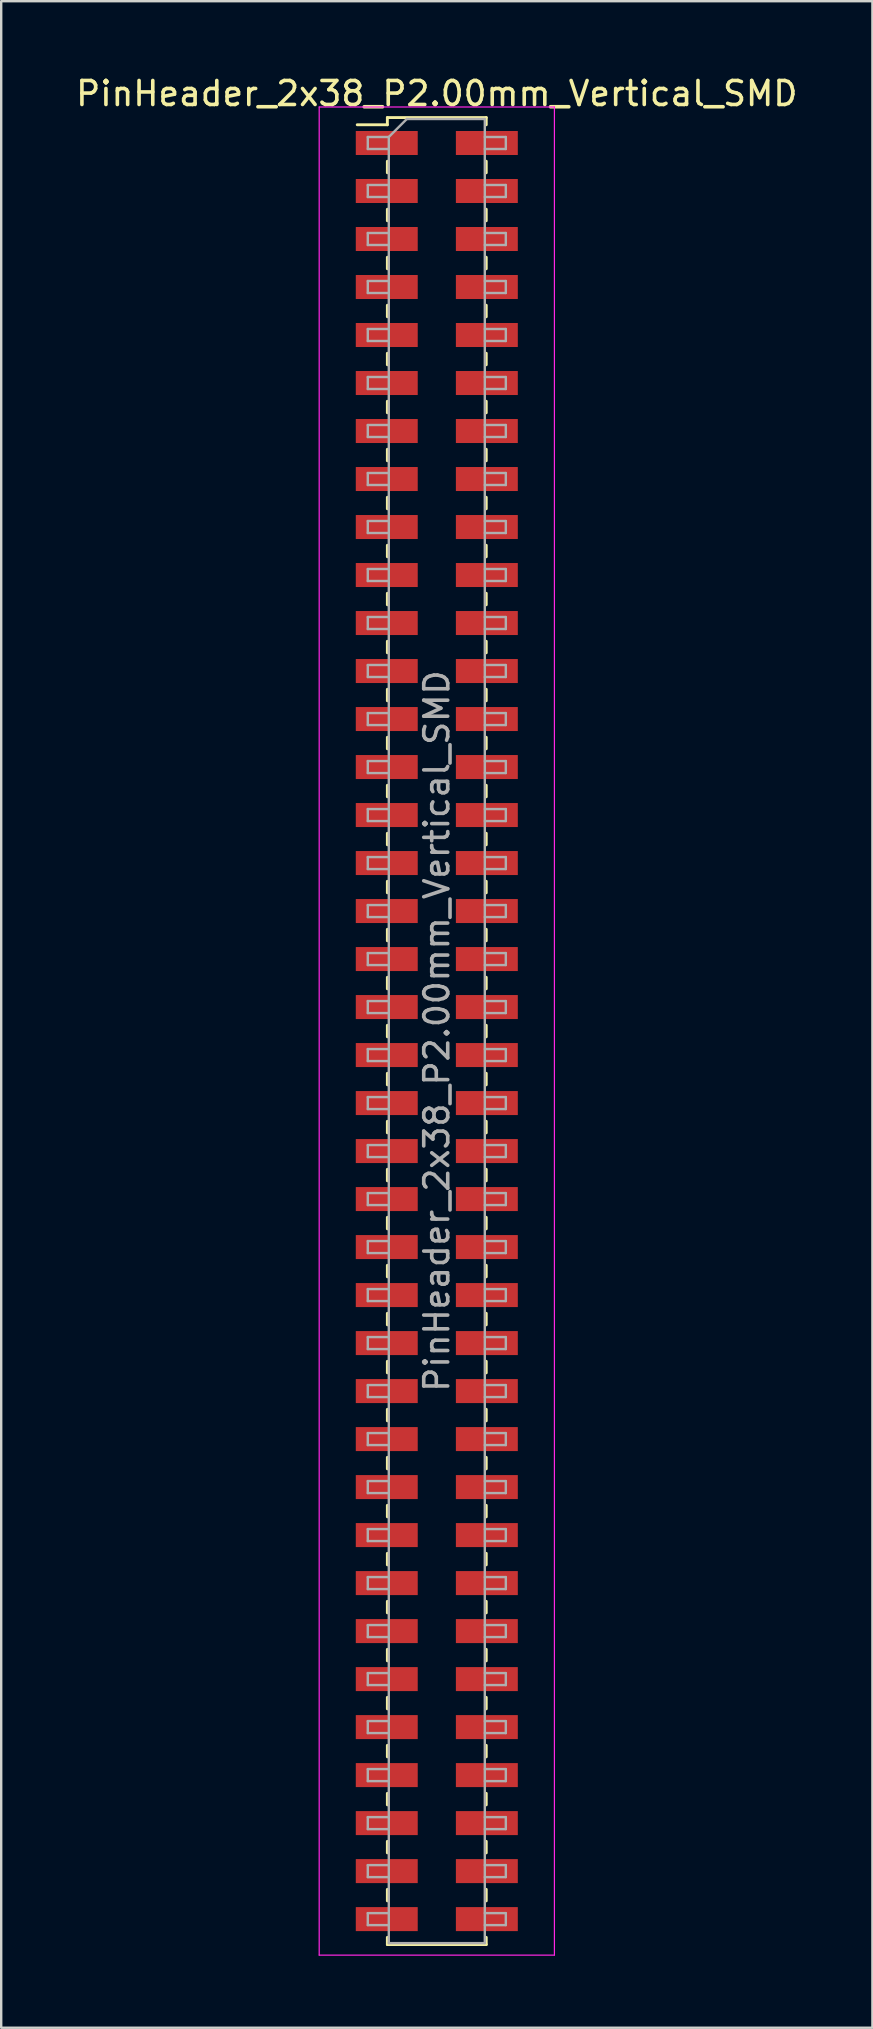
<source format=kicad_pcb>
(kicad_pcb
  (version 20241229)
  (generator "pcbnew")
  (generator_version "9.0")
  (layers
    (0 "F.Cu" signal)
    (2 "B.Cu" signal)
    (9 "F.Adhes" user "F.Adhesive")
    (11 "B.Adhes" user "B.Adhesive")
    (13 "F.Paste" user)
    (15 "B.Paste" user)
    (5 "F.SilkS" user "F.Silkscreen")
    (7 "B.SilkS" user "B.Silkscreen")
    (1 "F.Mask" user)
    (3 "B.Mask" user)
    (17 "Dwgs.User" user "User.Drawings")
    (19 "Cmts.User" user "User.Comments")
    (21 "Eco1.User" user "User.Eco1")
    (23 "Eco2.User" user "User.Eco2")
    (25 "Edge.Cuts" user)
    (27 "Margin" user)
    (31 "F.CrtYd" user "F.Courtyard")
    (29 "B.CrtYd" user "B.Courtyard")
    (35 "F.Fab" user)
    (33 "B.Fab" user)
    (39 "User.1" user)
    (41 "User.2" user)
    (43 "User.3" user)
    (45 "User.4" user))
  (footprint "PinHeader_2x38_P2.00mm_Vertical_SMD"
    (layer "F.Cu")
    (at 15.149 39.908)
    (property "Reference" "PinHeader_2x38_P2.00mm_Vertical_SMD" (at 0 -39.06 0) (layer "F.SilkS") (effects (font (size 1 1) (thickness 0.15))))
    (attr smd)
    (fp_line (start -3.315 -37.76) (end -2.06 -37.76) (stroke (width 0.12) (type solid)) (layer "F.SilkS"))
    (fp_line (start -2.06 -38.06) (end -2.06 -37.76) (stroke (width 0.12) (type solid)) (layer "F.SilkS"))
    (fp_line (start -2.06 -38.06) (end 2.06 -38.06) (stroke (width 0.12) (type solid)) (layer "F.SilkS"))
    (fp_line (start -2.06 -36.24) (end -2.06 -35.76) (stroke (width 0.12) (type solid)) (layer "F.SilkS"))
    (fp_line (start -2.06 -34.24) (end -2.06 -33.76) (stroke (width 0.12) (type solid)) (layer "F.SilkS"))
    (fp_line (start -2.06 -32.24) (end -2.06 -31.76) (stroke (width 0.12) (type solid)) (layer "F.SilkS"))
    (fp_line (start -2.06 -30.24) (end -2.06 -29.76) (stroke (width 0.12) (type solid)) (layer "F.SilkS"))
    (fp_line (start -2.06 -28.24) (end -2.06 -27.76) (stroke (width 0.12) (type solid)) (layer "F.SilkS"))
    (fp_line (start -2.06 -26.24) (end -2.06 -25.76) (stroke (width 0.12) (type solid)) (layer "F.SilkS"))
    (fp_line (start -2.06 -24.24) (end -2.06 -23.76) (stroke (width 0.12) (type solid)) (layer "F.SilkS"))
    (fp_line (start -2.06 -22.24) (end -2.06 -21.76) (stroke (width 0.12) (type solid)) (layer "F.SilkS"))
    (fp_line (start -2.06 -20.24) (end -2.06 -19.76) (stroke (width 0.12) (type solid)) (layer "F.SilkS"))
    (fp_line (start -2.06 -18.24) (end -2.06 -17.76) (stroke (width 0.12) (type solid)) (layer "F.SilkS"))
    (fp_line (start -2.06 -16.24) (end -2.06 -15.76) (stroke (width 0.12) (type solid)) (layer "F.SilkS"))
    (fp_line (start -2.06 -14.24) (end -2.06 -13.76) (stroke (width 0.12) (type solid)) (layer "F.SilkS"))
    (fp_line (start -2.06 -12.24) (end -2.06 -11.76) (stroke (width 0.12) (type solid)) (layer "F.SilkS"))
    (fp_line (start -2.06 -10.24) (end -2.06 -9.76) (stroke (width 0.12) (type solid)) (layer "F.SilkS"))
    (fp_line (start -2.06 -8.24) (end -2.06 -7.76) (stroke (width 0.12) (type solid)) (layer "F.SilkS"))
    (fp_line (start -2.06 -6.24) (end -2.06 -5.76) (stroke (width 0.12) (type solid)) (layer "F.SilkS"))
    (fp_line (start -2.06 -4.24) (end -2.06 -3.76) (stroke (width 0.12) (type solid)) (layer "F.SilkS"))
    (fp_line (start -2.06 -2.24) (end -2.06 -1.76) (stroke (width 0.12) (type solid)) (layer "F.SilkS"))
    (fp_line (start -2.06 -0.24) (end -2.06 0.24) (stroke (width 0.12) (type solid)) (layer "F.SilkS"))
    (fp_line (start -2.06 1.76) (end -2.06 2.24) (stroke (width 0.12) (type solid)) (layer "F.SilkS"))
    (fp_line (start -2.06 3.76) (end -2.06 4.24) (stroke (width 0.12) (type solid)) (layer "F.SilkS"))
    (fp_line (start -2.06 5.76) (end -2.06 6.24) (stroke (width 0.12) (type solid)) (layer "F.SilkS"))
    (fp_line (start -2.06 7.76) (end -2.06 8.24) (stroke (width 0.12) (type solid)) (layer "F.SilkS"))
    (fp_line (start -2.06 9.76) (end -2.06 10.24) (stroke (width 0.12) (type solid)) (layer "F.SilkS"))
    (fp_line (start -2.06 11.76) (end -2.06 12.24) (stroke (width 0.12) (type solid)) (layer "F.SilkS"))
    (fp_line (start -2.06 13.76) (end -2.06 14.24) (stroke (width 0.12) (type solid)) (layer "F.SilkS"))
    (fp_line (start -2.06 15.76) (end -2.06 16.24) (stroke (width 0.12) (type solid)) (layer "F.SilkS"))
    (fp_line (start -2.06 17.76) (end -2.06 18.24) (stroke (width 0.12) (type solid)) (layer "F.SilkS"))
    (fp_line (start -2.06 19.76) (end -2.06 20.24) (stroke (width 0.12) (type solid)) (layer "F.SilkS"))
    (fp_line (start -2.06 21.76) (end -2.06 22.24) (stroke (width 0.12) (type solid)) (layer "F.SilkS"))
    (fp_line (start -2.06 23.76) (end -2.06 24.24) (stroke (width 0.12) (type solid)) (layer "F.SilkS"))
    (fp_line (start -2.06 25.76) (end -2.06 26.24) (stroke (width 0.12) (type solid)) (layer "F.SilkS"))
    (fp_line (start -2.06 27.76) (end -2.06 28.24) (stroke (width 0.12) (type solid)) (layer "F.SilkS"))
    (fp_line (start -2.06 29.76) (end -2.06 30.24) (stroke (width 0.12) (type solid)) (layer "F.SilkS"))
    (fp_line (start -2.06 31.76) (end -2.06 32.24) (stroke (width 0.12) (type solid)) (layer "F.SilkS"))
    (fp_line (start -2.06 33.76) (end -2.06 34.24) (stroke (width 0.12) (type solid)) (layer "F.SilkS"))
    (fp_line (start -2.06 35.76) (end -2.06 36.24) (stroke (width 0.12) (type solid)) (layer "F.SilkS"))
    (fp_line (start -2.06 37.76) (end -2.06 38.06) (stroke (width 0.12) (type solid)) (layer "F.SilkS"))
    (fp_line (start -2.06 38.06) (end 2.06 38.06) (stroke (width 0.12) (type solid)) (layer "F.SilkS"))
    (fp_line (start 2.06 -38.06) (end 2.06 -37.76) (stroke (width 0.12) (type solid)) (layer "F.SilkS"))
    (fp_line (start 2.06 -36.24) (end 2.06 -35.76) (stroke (width 0.12) (type solid)) (layer "F.SilkS"))
    (fp_line (start 2.06 -34.24) (end 2.06 -33.76) (stroke (width 0.12) (type solid)) (layer "F.SilkS"))
    (fp_line (start 2.06 -32.24) (end 2.06 -31.76) (stroke (width 0.12) (type solid)) (layer "F.SilkS"))
    (fp_line (start 2.06 -30.24) (end 2.06 -29.76) (stroke (width 0.12) (type solid)) (layer "F.SilkS"))
    (fp_line (start 2.06 -28.24) (end 2.06 -27.76) (stroke (width 0.12) (type solid)) (layer "F.SilkS"))
    (fp_line (start 2.06 -26.24) (end 2.06 -25.76) (stroke (width 0.12) (type solid)) (layer "F.SilkS"))
    (fp_line (start 2.06 -24.24) (end 2.06 -23.76) (stroke (width 0.12) (type solid)) (layer "F.SilkS"))
    (fp_line (start 2.06 -22.24) (end 2.06 -21.76) (stroke (width 0.12) (type solid)) (layer "F.SilkS"))
    (fp_line (start 2.06 -20.24) (end 2.06 -19.76) (stroke (width 0.12) (type solid)) (layer "F.SilkS"))
    (fp_line (start 2.06 -18.24) (end 2.06 -17.76) (stroke (width 0.12) (type solid)) (layer "F.SilkS"))
    (fp_line (start 2.06 -16.24) (end 2.06 -15.76) (stroke (width 0.12) (type solid)) (layer "F.SilkS"))
    (fp_line (start 2.06 -14.24) (end 2.06 -13.76) (stroke (width 0.12) (type solid)) (layer "F.SilkS"))
    (fp_line (start 2.06 -12.24) (end 2.06 -11.76) (stroke (width 0.12) (type solid)) (layer "F.SilkS"))
    (fp_line (start 2.06 -10.24) (end 2.06 -9.76) (stroke (width 0.12) (type solid)) (layer "F.SilkS"))
    (fp_line (start 2.06 -8.24) (end 2.06 -7.76) (stroke (width 0.12) (type solid)) (layer "F.SilkS"))
    (fp_line (start 2.06 -6.24) (end 2.06 -5.76) (stroke (width 0.12) (type solid)) (layer "F.SilkS"))
    (fp_line (start 2.06 -4.24) (end 2.06 -3.76) (stroke (width 0.12) (type solid)) (layer "F.SilkS"))
    (fp_line (start 2.06 -2.24) (end 2.06 -1.76) (stroke (width 0.12) (type solid)) (layer "F.SilkS"))
    (fp_line (start 2.06 -0.24) (end 2.06 0.24) (stroke (width 0.12) (type solid)) (layer "F.SilkS"))
    (fp_line (start 2.06 1.76) (end 2.06 2.24) (stroke (width 0.12) (type solid)) (layer "F.SilkS"))
    (fp_line (start 2.06 3.76) (end 2.06 4.24) (stroke (width 0.12) (type solid)) (layer "F.SilkS"))
    (fp_line (start 2.06 5.76) (end 2.06 6.24) (stroke (width 0.12) (type solid)) (layer "F.SilkS"))
    (fp_line (start 2.06 7.76) (end 2.06 8.24) (stroke (width 0.12) (type solid)) (layer "F.SilkS"))
    (fp_line (start 2.06 9.76) (end 2.06 10.24) (stroke (width 0.12) (type solid)) (layer "F.SilkS"))
    (fp_line (start 2.06 11.76) (end 2.06 12.24) (stroke (width 0.12) (type solid)) (layer "F.SilkS"))
    (fp_line (start 2.06 13.76) (end 2.06 14.24) (stroke (width 0.12) (type solid)) (layer "F.SilkS"))
    (fp_line (start 2.06 15.76) (end 2.06 16.24) (stroke (width 0.12) (type solid)) (layer "F.SilkS"))
    (fp_line (start 2.06 17.76) (end 2.06 18.24) (stroke (width 0.12) (type solid)) (layer "F.SilkS"))
    (fp_line (start 2.06 19.76) (end 2.06 20.24) (stroke (width 0.12) (type solid)) (layer "F.SilkS"))
    (fp_line (start 2.06 21.76) (end 2.06 22.24) (stroke (width 0.12) (type solid)) (layer "F.SilkS"))
    (fp_line (start 2.06 23.76) (end 2.06 24.24) (stroke (width 0.12) (type solid)) (layer "F.SilkS"))
    (fp_line (start 2.06 25.76) (end 2.06 26.24) (stroke (width 0.12) (type solid)) (layer "F.SilkS"))
    (fp_line (start 2.06 27.76) (end 2.06 28.24) (stroke (width 0.12) (type solid)) (layer "F.SilkS"))
    (fp_line (start 2.06 29.76) (end 2.06 30.24) (stroke (width 0.12) (type solid)) (layer "F.SilkS"))
    (fp_line (start 2.06 31.76) (end 2.06 32.24) (stroke (width 0.12) (type solid)) (layer "F.SilkS"))
    (fp_line (start 2.06 33.76) (end 2.06 34.24) (stroke (width 0.12) (type solid)) (layer "F.SilkS"))
    (fp_line (start 2.06 35.76) (end 2.06 36.24) (stroke (width 0.12) (type solid)) (layer "F.SilkS"))
    (fp_line (start 2.06 37.76) (end 2.06 38.06) (stroke (width 0.12) (type solid)) (layer "F.SilkS"))
    (fp_line (start -4.9 -38.5) (end -4.9 38.5) (stroke (width 0.05) (type solid)) (layer "F.CrtYd"))
    (fp_line (start -4.9 38.5) (end 4.9 38.5) (stroke (width 0.05) (type solid)) (layer "F.CrtYd"))
    (fp_line (start 4.9 -38.5) (end -4.9 -38.5) (stroke (width 0.05) (type solid)) (layer "F.CrtYd"))
    (fp_line (start 4.9 38.5) (end 4.9 -38.5) (stroke (width 0.05) (type solid)) (layer "F.CrtYd"))
    (fp_line (start -2.875 -37.25) (end -2.875 -36.75) (stroke (width 0.1) (type solid)) (layer "F.Fab"))
    (fp_line (start -2.875 -36.75) (end -2 -36.75) (stroke (width 0.1) (type solid)) (layer "F.Fab"))
    (fp_line (start -2.875 -35.25) (end -2.875 -34.75) (stroke (width 0.1) (type solid)) (layer "F.Fab"))
    (fp_line (start -2.875 -34.75) (end -2 -34.75) (stroke (width 0.1) (type solid)) (layer "F.Fab"))
    (fp_line (start -2.875 -33.25) (end -2.875 -32.75) (stroke (width 0.1) (type solid)) (layer "F.Fab"))
    (fp_line (start -2.875 -32.75) (end -2 -32.75) (stroke (width 0.1) (type solid)) (layer "F.Fab"))
    (fp_line (start -2.875 -31.25) (end -2.875 -30.75) (stroke (width 0.1) (type solid)) (layer "F.Fab"))
    (fp_line (start -2.875 -30.75) (end -2 -30.75) (stroke (width 0.1) (type solid)) (layer "F.Fab"))
    (fp_line (start -2.875 -29.25) (end -2.875 -28.75) (stroke (width 0.1) (type solid)) (layer "F.Fab"))
    (fp_line (start -2.875 -28.75) (end -2 -28.75) (stroke (width 0.1) (type solid)) (layer "F.Fab"))
    (fp_line (start -2.875 -27.25) (end -2.875 -26.75) (stroke (width 0.1) (type solid)) (layer "F.Fab"))
    (fp_line (start -2.875 -26.75) (end -2 -26.75) (stroke (width 0.1) (type solid)) (layer "F.Fab"))
    (fp_line (start -2.875 -25.25) (end -2.875 -24.75) (stroke (width 0.1) (type solid)) (layer "F.Fab"))
    (fp_line (start -2.875 -24.75) (end -2 -24.75) (stroke (width 0.1) (type solid)) (layer "F.Fab"))
    (fp_line (start -2.875 -23.25) (end -2.875 -22.75) (stroke (width 0.1) (type solid)) (layer "F.Fab"))
    (fp_line (start -2.875 -22.75) (end -2 -22.75) (stroke (width 0.1) (type solid)) (layer "F.Fab"))
    (fp_line (start -2.875 -21.25) (end -2.875 -20.75) (stroke (width 0.1) (type solid)) (layer "F.Fab"))
    (fp_line (start -2.875 -20.75) (end -2 -20.75) (stroke (width 0.1) (type solid)) (layer "F.Fab"))
    (fp_line (start -2.875 -19.25) (end -2.875 -18.75) (stroke (width 0.1) (type solid)) (layer "F.Fab"))
    (fp_line (start -2.875 -18.75) (end -2 -18.75) (stroke (width 0.1) (type solid)) (layer "F.Fab"))
    (fp_line (start -2.875 -17.25) (end -2.875 -16.75) (stroke (width 0.1) (type solid)) (layer "F.Fab"))
    (fp_line (start -2.875 -16.75) (end -2 -16.75) (stroke (width 0.1) (type solid)) (layer "F.Fab"))
    (fp_line (start -2.875 -15.25) (end -2.875 -14.75) (stroke (width 0.1) (type solid)) (layer "F.Fab"))
    (fp_line (start -2.875 -14.75) (end -2 -14.75) (stroke (width 0.1) (type solid)) (layer "F.Fab"))
    (fp_line (start -2.875 -13.25) (end -2.875 -12.75) (stroke (width 0.1) (type solid)) (layer "F.Fab"))
    (fp_line (start -2.875 -12.75) (end -2 -12.75) (stroke (width 0.1) (type solid)) (layer "F.Fab"))
    (fp_line (start -2.875 -11.25) (end -2.875 -10.75) (stroke (width 0.1) (type solid)) (layer "F.Fab"))
    (fp_line (start -2.875 -10.75) (end -2 -10.75) (stroke (width 0.1) (type solid)) (layer "F.Fab"))
    (fp_line (start -2.875 -9.25) (end -2.875 -8.75) (stroke (width 0.1) (type solid)) (layer "F.Fab"))
    (fp_line (start -2.875 -8.75) (end -2 -8.75) (stroke (width 0.1) (type solid)) (layer "F.Fab"))
    (fp_line (start -2.875 -7.25) (end -2.875 -6.75) (stroke (width 0.1) (type solid)) (layer "F.Fab"))
    (fp_line (start -2.875 -6.75) (end -2 -6.75) (stroke (width 0.1) (type solid)) (layer "F.Fab"))
    (fp_line (start -2.875 -5.25) (end -2.875 -4.75) (stroke (width 0.1) (type solid)) (layer "F.Fab"))
    (fp_line (start -2.875 -4.75) (end -2 -4.75) (stroke (width 0.1) (type solid)) (layer "F.Fab"))
    (fp_line (start -2.875 -3.25) (end -2.875 -2.75) (stroke (width 0.1) (type solid)) (layer "F.Fab"))
    (fp_line (start -2.875 -2.75) (end -2 -2.75) (stroke (width 0.1) (type solid)) (layer "F.Fab"))
    (fp_line (start -2.875 -1.25) (end -2.875 -0.75) (stroke (width 0.1) (type solid)) (layer "F.Fab"))
    (fp_line (start -2.875 -0.75) (end -2 -0.75) (stroke (width 0.1) (type solid)) (layer "F.Fab"))
    (fp_line (start -2.875 0.75) (end -2.875 1.25) (stroke (width 0.1) (type solid)) (layer "F.Fab"))
    (fp_line (start -2.875 1.25) (end -2 1.25) (stroke (width 0.1) (type solid)) (layer "F.Fab"))
    (fp_line (start -2.875 2.75) (end -2.875 3.25) (stroke (width 0.1) (type solid)) (layer "F.Fab"))
    (fp_line (start -2.875 3.25) (end -2 3.25) (stroke (width 0.1) (type solid)) (layer "F.Fab"))
    (fp_line (start -2.875 4.75) (end -2.875 5.25) (stroke (width 0.1) (type solid)) (layer "F.Fab"))
    (fp_line (start -2.875 5.25) (end -2 5.25) (stroke (width 0.1) (type solid)) (layer "F.Fab"))
    (fp_line (start -2.875 6.75) (end -2.875 7.25) (stroke (width 0.1) (type solid)) (layer "F.Fab"))
    (fp_line (start -2.875 7.25) (end -2 7.25) (stroke (width 0.1) (type solid)) (layer "F.Fab"))
    (fp_line (start -2.875 8.75) (end -2.875 9.25) (stroke (width 0.1) (type solid)) (layer "F.Fab"))
    (fp_line (start -2.875 9.25) (end -2 9.25) (stroke (width 0.1) (type solid)) (layer "F.Fab"))
    (fp_line (start -2.875 10.75) (end -2.875 11.25) (stroke (width 0.1) (type solid)) (layer "F.Fab"))
    (fp_line (start -2.875 11.25) (end -2 11.25) (stroke (width 0.1) (type solid)) (layer "F.Fab"))
    (fp_line (start -2.875 12.75) (end -2.875 13.25) (stroke (width 0.1) (type solid)) (layer "F.Fab"))
    (fp_line (start -2.875 13.25) (end -2 13.25) (stroke (width 0.1) (type solid)) (layer "F.Fab"))
    (fp_line (start -2.875 14.75) (end -2.875 15.25) (stroke (width 0.1) (type solid)) (layer "F.Fab"))
    (fp_line (start -2.875 15.25) (end -2 15.25) (stroke (width 0.1) (type solid)) (layer "F.Fab"))
    (fp_line (start -2.875 16.75) (end -2.875 17.25) (stroke (width 0.1) (type solid)) (layer "F.Fab"))
    (fp_line (start -2.875 17.25) (end -2 17.25) (stroke (width 0.1) (type solid)) (layer "F.Fab"))
    (fp_line (start -2.875 18.75) (end -2.875 19.25) (stroke (width 0.1) (type solid)) (layer "F.Fab"))
    (fp_line (start -2.875 19.25) (end -2 19.25) (stroke (width 0.1) (type solid)) (layer "F.Fab"))
    (fp_line (start -2.875 20.75) (end -2.875 21.25) (stroke (width 0.1) (type solid)) (layer "F.Fab"))
    (fp_line (start -2.875 21.25) (end -2 21.25) (stroke (width 0.1) (type solid)) (layer "F.Fab"))
    (fp_line (start -2.875 22.75) (end -2.875 23.25) (stroke (width 0.1) (type solid)) (layer "F.Fab"))
    (fp_line (start -2.875 23.25) (end -2 23.25) (stroke (width 0.1) (type solid)) (layer "F.Fab"))
    (fp_line (start -2.875 24.75) (end -2.875 25.25) (stroke (width 0.1) (type solid)) (layer "F.Fab"))
    (fp_line (start -2.875 25.25) (end -2 25.25) (stroke (width 0.1) (type solid)) (layer "F.Fab"))
    (fp_line (start -2.875 26.75) (end -2.875 27.25) (stroke (width 0.1) (type solid)) (layer "F.Fab"))
    (fp_line (start -2.875 27.25) (end -2 27.25) (stroke (width 0.1) (type solid)) (layer "F.Fab"))
    (fp_line (start -2.875 28.75) (end -2.875 29.25) (stroke (width 0.1) (type solid)) (layer "F.Fab"))
    (fp_line (start -2.875 29.25) (end -2 29.25) (stroke (width 0.1) (type solid)) (layer "F.Fab"))
    (fp_line (start -2.875 30.75) (end -2.875 31.25) (stroke (width 0.1) (type solid)) (layer "F.Fab"))
    (fp_line (start -2.875 31.25) (end -2 31.25) (stroke (width 0.1) (type solid)) (layer "F.Fab"))
    (fp_line (start -2.875 32.75) (end -2.875 33.25) (stroke (width 0.1) (type solid)) (layer "F.Fab"))
    (fp_line (start -2.875 33.25) (end -2 33.25) (stroke (width 0.1) (type solid)) (layer "F.Fab"))
    (fp_line (start -2.875 34.75) (end -2.875 35.25) (stroke (width 0.1) (type solid)) (layer "F.Fab"))
    (fp_line (start -2.875 35.25) (end -2 35.25) (stroke (width 0.1) (type solid)) (layer "F.Fab"))
    (fp_line (start -2.875 36.75) (end -2.875 37.25) (stroke (width 0.1) (type solid)) (layer "F.Fab"))
    (fp_line (start -2.875 37.25) (end -2 37.25) (stroke (width 0.1) (type solid)) (layer "F.Fab"))
    (fp_line (start -2 -37.25) (end -2.875 -37.25) (stroke (width 0.1) (type solid)) (layer "F.Fab"))
    (fp_line (start -2 -37.25) (end -1.25 -38) (stroke (width 0.1) (type solid)) (layer "F.Fab"))
    (fp_line (start -2 -35.25) (end -2.875 -35.25) (stroke (width 0.1) (type solid)) (layer "F.Fab"))
    (fp_line (start -2 -33.25) (end -2.875 -33.25) (stroke (width 0.1) (type solid)) (layer "F.Fab"))
    (fp_line (start -2 -31.25) (end -2.875 -31.25) (stroke (width 0.1) (type solid)) (layer "F.Fab"))
    (fp_line (start -2 -29.25) (end -2.875 -29.25) (stroke (width 0.1) (type solid)) (layer "F.Fab"))
    (fp_line (start -2 -27.25) (end -2.875 -27.25) (stroke (width 0.1) (type solid)) (layer "F.Fab"))
    (fp_line (start -2 -25.25) (end -2.875 -25.25) (stroke (width 0.1) (type solid)) (layer "F.Fab"))
    (fp_line (start -2 -23.25) (end -2.875 -23.25) (stroke (width 0.1) (type solid)) (layer "F.Fab"))
    (fp_line (start -2 -21.25) (end -2.875 -21.25) (stroke (width 0.1) (type solid)) (layer "F.Fab"))
    (fp_line (start -2 -19.25) (end -2.875 -19.25) (stroke (width 0.1) (type solid)) (layer "F.Fab"))
    (fp_line (start -2 -17.25) (end -2.875 -17.25) (stroke (width 0.1) (type solid)) (layer "F.Fab"))
    (fp_line (start -2 -15.25) (end -2.875 -15.25) (stroke (width 0.1) (type solid)) (layer "F.Fab"))
    (fp_line (start -2 -13.25) (end -2.875 -13.25) (stroke (width 0.1) (type solid)) (layer "F.Fab"))
    (fp_line (start -2 -11.25) (end -2.875 -11.25) (stroke (width 0.1) (type solid)) (layer "F.Fab"))
    (fp_line (start -2 -9.25) (end -2.875 -9.25) (stroke (width 0.1) (type solid)) (layer "F.Fab"))
    (fp_line (start -2 -7.25) (end -2.875 -7.25) (stroke (width 0.1) (type solid)) (layer "F.Fab"))
    (fp_line (start -2 -5.25) (end -2.875 -5.25) (stroke (width 0.1) (type solid)) (layer "F.Fab"))
    (fp_line (start -2 -3.25) (end -2.875 -3.25) (stroke (width 0.1) (type solid)) (layer "F.Fab"))
    (fp_line (start -2 -1.25) (end -2.875 -1.25) (stroke (width 0.1) (type solid)) (layer "F.Fab"))
    (fp_line (start -2 0.75) (end -2.875 0.75) (stroke (width 0.1) (type solid)) (layer "F.Fab"))
    (fp_line (start -2 2.75) (end -2.875 2.75) (stroke (width 0.1) (type solid)) (layer "F.Fab"))
    (fp_line (start -2 4.75) (end -2.875 4.75) (stroke (width 0.1) (type solid)) (layer "F.Fab"))
    (fp_line (start -2 6.75) (end -2.875 6.75) (stroke (width 0.1) (type solid)) (layer "F.Fab"))
    (fp_line (start -2 8.75) (end -2.875 8.75) (stroke (width 0.1) (type solid)) (layer "F.Fab"))
    (fp_line (start -2 10.75) (end -2.875 10.75) (stroke (width 0.1) (type solid)) (layer "F.Fab"))
    (fp_line (start -2 12.75) (end -2.875 12.75) (stroke (width 0.1) (type solid)) (layer "F.Fab"))
    (fp_line (start -2 14.75) (end -2.875 14.75) (stroke (width 0.1) (type solid)) (layer "F.Fab"))
    (fp_line (start -2 16.75) (end -2.875 16.75) (stroke (width 0.1) (type solid)) (layer "F.Fab"))
    (fp_line (start -2 18.75) (end -2.875 18.75) (stroke (width 0.1) (type solid)) (layer "F.Fab"))
    (fp_line (start -2 20.75) (end -2.875 20.75) (stroke (width 0.1) (type solid)) (layer "F.Fab"))
    (fp_line (start -2 22.75) (end -2.875 22.75) (stroke (width 0.1) (type solid)) (layer "F.Fab"))
    (fp_line (start -2 24.75) (end -2.875 24.75) (stroke (width 0.1) (type solid)) (layer "F.Fab"))
    (fp_line (start -2 26.75) (end -2.875 26.75) (stroke (width 0.1) (type solid)) (layer "F.Fab"))
    (fp_line (start -2 28.75) (end -2.875 28.75) (stroke (width 0.1) (type solid)) (layer "F.Fab"))
    (fp_line (start -2 30.75) (end -2.875 30.75) (stroke (width 0.1) (type solid)) (layer "F.Fab"))
    (fp_line (start -2 32.75) (end -2.875 32.75) (stroke (width 0.1) (type solid)) (layer "F.Fab"))
    (fp_line (start -2 34.75) (end -2.875 34.75) (stroke (width 0.1) (type solid)) (layer "F.Fab"))
    (fp_line (start -2 36.75) (end -2.875 36.75) (stroke (width 0.1) (type solid)) (layer "F.Fab"))
    (fp_line (start -2 38) (end -2 -37.25) (stroke (width 0.1) (type solid)) (layer "F.Fab"))
    (fp_line (start -1.25 -38) (end 2 -38) (stroke (width 0.1) (type solid)) (layer "F.Fab"))
    (fp_line (start 2 -38) (end 2 38) (stroke (width 0.1) (type solid)) (layer "F.Fab"))
    (fp_line (start 2 -37.25) (end 2.875 -37.25) (stroke (width 0.1) (type solid)) (layer "F.Fab"))
    (fp_line (start 2 -35.25) (end 2.875 -35.25) (stroke (width 0.1) (type solid)) (layer "F.Fab"))
    (fp_line (start 2 -33.25) (end 2.875 -33.25) (stroke (width 0.1) (type solid)) (layer "F.Fab"))
    (fp_line (start 2 -31.25) (end 2.875 -31.25) (stroke (width 0.1) (type solid)) (layer "F.Fab"))
    (fp_line (start 2 -29.25) (end 2.875 -29.25) (stroke (width 0.1) (type solid)) (layer "F.Fab"))
    (fp_line (start 2 -27.25) (end 2.875 -27.25) (stroke (width 0.1) (type solid)) (layer "F.Fab"))
    (fp_line (start 2 -25.25) (end 2.875 -25.25) (stroke (width 0.1) (type solid)) (layer "F.Fab"))
    (fp_line (start 2 -23.25) (end 2.875 -23.25) (stroke (width 0.1) (type solid)) (layer "F.Fab"))
    (fp_line (start 2 -21.25) (end 2.875 -21.25) (stroke (width 0.1) (type solid)) (layer "F.Fab"))
    (fp_line (start 2 -19.25) (end 2.875 -19.25) (stroke (width 0.1) (type solid)) (layer "F.Fab"))
    (fp_line (start 2 -17.25) (end 2.875 -17.25) (stroke (width 0.1) (type solid)) (layer "F.Fab"))
    (fp_line (start 2 -15.25) (end 2.875 -15.25) (stroke (width 0.1) (type solid)) (layer "F.Fab"))
    (fp_line (start 2 -13.25) (end 2.875 -13.25) (stroke (width 0.1) (type solid)) (layer "F.Fab"))
    (fp_line (start 2 -11.25) (end 2.875 -11.25) (stroke (width 0.1) (type solid)) (layer "F.Fab"))
    (fp_line (start 2 -9.25) (end 2.875 -9.25) (stroke (width 0.1) (type solid)) (layer "F.Fab"))
    (fp_line (start 2 -7.25) (end 2.875 -7.25) (stroke (width 0.1) (type solid)) (layer "F.Fab"))
    (fp_line (start 2 -5.25) (end 2.875 -5.25) (stroke (width 0.1) (type solid)) (layer "F.Fab"))
    (fp_line (start 2 -3.25) (end 2.875 -3.25) (stroke (width 0.1) (type solid)) (layer "F.Fab"))
    (fp_line (start 2 -1.25) (end 2.875 -1.25) (stroke (width 0.1) (type solid)) (layer "F.Fab"))
    (fp_line (start 2 0.75) (end 2.875 0.75) (stroke (width 0.1) (type solid)) (layer "F.Fab"))
    (fp_line (start 2 2.75) (end 2.875 2.75) (stroke (width 0.1) (type solid)) (layer "F.Fab"))
    (fp_line (start 2 4.75) (end 2.875 4.75) (stroke (width 0.1) (type solid)) (layer "F.Fab"))
    (fp_line (start 2 6.75) (end 2.875 6.75) (stroke (width 0.1) (type solid)) (layer "F.Fab"))
    (fp_line (start 2 8.75) (end 2.875 8.75) (stroke (width 0.1) (type solid)) (layer "F.Fab"))
    (fp_line (start 2 10.75) (end 2.875 10.75) (stroke (width 0.1) (type solid)) (layer "F.Fab"))
    (fp_line (start 2 12.75) (end 2.875 12.75) (stroke (width 0.1) (type solid)) (layer "F.Fab"))
    (fp_line (start 2 14.75) (end 2.875 14.75) (stroke (width 0.1) (type solid)) (layer "F.Fab"))
    (fp_line (start 2 16.75) (end 2.875 16.75) (stroke (width 0.1) (type solid)) (layer "F.Fab"))
    (fp_line (start 2 18.75) (end 2.875 18.75) (stroke (width 0.1) (type solid)) (layer "F.Fab"))
    (fp_line (start 2 20.75) (end 2.875 20.75) (stroke (width 0.1) (type solid)) (layer "F.Fab"))
    (fp_line (start 2 22.75) (end 2.875 22.75) (stroke (width 0.1) (type solid)) (layer "F.Fab"))
    (fp_line (start 2 24.75) (end 2.875 24.75) (stroke (width 0.1) (type solid)) (layer "F.Fab"))
    (fp_line (start 2 26.75) (end 2.875 26.75) (stroke (width 0.1) (type solid)) (layer "F.Fab"))
    (fp_line (start 2 28.75) (end 2.875 28.75) (stroke (width 0.1) (type solid)) (layer "F.Fab"))
    (fp_line (start 2 30.75) (end 2.875 30.75) (stroke (width 0.1) (type solid)) (layer "F.Fab"))
    (fp_line (start 2 32.75) (end 2.875 32.75) (stroke (width 0.1) (type solid)) (layer "F.Fab"))
    (fp_line (start 2 34.75) (end 2.875 34.75) (stroke (width 0.1) (type solid)) (layer "F.Fab"))
    (fp_line (start 2 36.75) (end 2.875 36.75) (stroke (width 0.1) (type solid)) (layer "F.Fab"))
    (fp_line (start 2 38) (end -2 38) (stroke (width 0.1) (type solid)) (layer "F.Fab"))
    (fp_line (start 2.875 -37.25) (end 2.875 -36.75) (stroke (width 0.1) (type solid)) (layer "F.Fab"))
    (fp_line (start 2.875 -36.75) (end 2 -36.75) (stroke (width 0.1) (type solid)) (layer "F.Fab"))
    (fp_line (start 2.875 -35.25) (end 2.875 -34.75) (stroke (width 0.1) (type solid)) (layer "F.Fab"))
    (fp_line (start 2.875 -34.75) (end 2 -34.75) (stroke (width 0.1) (type solid)) (layer "F.Fab"))
    (fp_line (start 2.875 -33.25) (end 2.875 -32.75) (stroke (width 0.1) (type solid)) (layer "F.Fab"))
    (fp_line (start 2.875 -32.75) (end 2 -32.75) (stroke (width 0.1) (type solid)) (layer "F.Fab"))
    (fp_line (start 2.875 -31.25) (end 2.875 -30.75) (stroke (width 0.1) (type solid)) (layer "F.Fab"))
    (fp_line (start 2.875 -30.75) (end 2 -30.75) (stroke (width 0.1) (type solid)) (layer "F.Fab"))
    (fp_line (start 2.875 -29.25) (end 2.875 -28.75) (stroke (width 0.1) (type solid)) (layer "F.Fab"))
    (fp_line (start 2.875 -28.75) (end 2 -28.75) (stroke (width 0.1) (type solid)) (layer "F.Fab"))
    (fp_line (start 2.875 -27.25) (end 2.875 -26.75) (stroke (width 0.1) (type solid)) (layer "F.Fab"))
    (fp_line (start 2.875 -26.75) (end 2 -26.75) (stroke (width 0.1) (type solid)) (layer "F.Fab"))
    (fp_line (start 2.875 -25.25) (end 2.875 -24.75) (stroke (width 0.1) (type solid)) (layer "F.Fab"))
    (fp_line (start 2.875 -24.75) (end 2 -24.75) (stroke (width 0.1) (type solid)) (layer "F.Fab"))
    (fp_line (start 2.875 -23.25) (end 2.875 -22.75) (stroke (width 0.1) (type solid)) (layer "F.Fab"))
    (fp_line (start 2.875 -22.75) (end 2 -22.75) (stroke (width 0.1) (type solid)) (layer "F.Fab"))
    (fp_line (start 2.875 -21.25) (end 2.875 -20.75) (stroke (width 0.1) (type solid)) (layer "F.Fab"))
    (fp_line (start 2.875 -20.75) (end 2 -20.75) (stroke (width 0.1) (type solid)) (layer "F.Fab"))
    (fp_line (start 2.875 -19.25) (end 2.875 -18.75) (stroke (width 0.1) (type solid)) (layer "F.Fab"))
    (fp_line (start 2.875 -18.75) (end 2 -18.75) (stroke (width 0.1) (type solid)) (layer "F.Fab"))
    (fp_line (start 2.875 -17.25) (end 2.875 -16.75) (stroke (width 0.1) (type solid)) (layer "F.Fab"))
    (fp_line (start 2.875 -16.75) (end 2 -16.75) (stroke (width 0.1) (type solid)) (layer "F.Fab"))
    (fp_line (start 2.875 -15.25) (end 2.875 -14.75) (stroke (width 0.1) (type solid)) (layer "F.Fab"))
    (fp_line (start 2.875 -14.75) (end 2 -14.75) (stroke (width 0.1) (type solid)) (layer "F.Fab"))
    (fp_line (start 2.875 -13.25) (end 2.875 -12.75) (stroke (width 0.1) (type solid)) (layer "F.Fab"))
    (fp_line (start 2.875 -12.75) (end 2 -12.75) (stroke (width 0.1) (type solid)) (layer "F.Fab"))
    (fp_line (start 2.875 -11.25) (end 2.875 -10.75) (stroke (width 0.1) (type solid)) (layer "F.Fab"))
    (fp_line (start 2.875 -10.75) (end 2 -10.75) (stroke (width 0.1) (type solid)) (layer "F.Fab"))
    (fp_line (start 2.875 -9.25) (end 2.875 -8.75) (stroke (width 0.1) (type solid)) (layer "F.Fab"))
    (fp_line (start 2.875 -8.75) (end 2 -8.75) (stroke (width 0.1) (type solid)) (layer "F.Fab"))
    (fp_line (start 2.875 -7.25) (end 2.875 -6.75) (stroke (width 0.1) (type solid)) (layer "F.Fab"))
    (fp_line (start 2.875 -6.75) (end 2 -6.75) (stroke (width 0.1) (type solid)) (layer "F.Fab"))
    (fp_line (start 2.875 -5.25) (end 2.875 -4.75) (stroke (width 0.1) (type solid)) (layer "F.Fab"))
    (fp_line (start 2.875 -4.75) (end 2 -4.75) (stroke (width 0.1) (type solid)) (layer "F.Fab"))
    (fp_line (start 2.875 -3.25) (end 2.875 -2.75) (stroke (width 0.1) (type solid)) (layer "F.Fab"))
    (fp_line (start 2.875 -2.75) (end 2 -2.75) (stroke (width 0.1) (type solid)) (layer "F.Fab"))
    (fp_line (start 2.875 -1.25) (end 2.875 -0.75) (stroke (width 0.1) (type solid)) (layer "F.Fab"))
    (fp_line (start 2.875 -0.75) (end 2 -0.75) (stroke (width 0.1) (type solid)) (layer "F.Fab"))
    (fp_line (start 2.875 0.75) (end 2.875 1.25) (stroke (width 0.1) (type solid)) (layer "F.Fab"))
    (fp_line (start 2.875 1.25) (end 2 1.25) (stroke (width 0.1) (type solid)) (layer "F.Fab"))
    (fp_line (start 2.875 2.75) (end 2.875 3.25) (stroke (width 0.1) (type solid)) (layer "F.Fab"))
    (fp_line (start 2.875 3.25) (end 2 3.25) (stroke (width 0.1) (type solid)) (layer "F.Fab"))
    (fp_line (start 2.875 4.75) (end 2.875 5.25) (stroke (width 0.1) (type solid)) (layer "F.Fab"))
    (fp_line (start 2.875 5.25) (end 2 5.25) (stroke (width 0.1) (type solid)) (layer "F.Fab"))
    (fp_line (start 2.875 6.75) (end 2.875 7.25) (stroke (width 0.1) (type solid)) (layer "F.Fab"))
    (fp_line (start 2.875 7.25) (end 2 7.25) (stroke (width 0.1) (type solid)) (layer "F.Fab"))
    (fp_line (start 2.875 8.75) (end 2.875 9.25) (stroke (width 0.1) (type solid)) (layer "F.Fab"))
    (fp_line (start 2.875 9.25) (end 2 9.25) (stroke (width 0.1) (type solid)) (layer "F.Fab"))
    (fp_line (start 2.875 10.75) (end 2.875 11.25) (stroke (width 0.1) (type solid)) (layer "F.Fab"))
    (fp_line (start 2.875 11.25) (end 2 11.25) (stroke (width 0.1) (type solid)) (layer "F.Fab"))
    (fp_line (start 2.875 12.75) (end 2.875 13.25) (stroke (width 0.1) (type solid)) (layer "F.Fab"))
    (fp_line (start 2.875 13.25) (end 2 13.25) (stroke (width 0.1) (type solid)) (layer "F.Fab"))
    (fp_line (start 2.875 14.75) (end 2.875 15.25) (stroke (width 0.1) (type solid)) (layer "F.Fab"))
    (fp_line (start 2.875 15.25) (end 2 15.25) (stroke (width 0.1) (type solid)) (layer "F.Fab"))
    (fp_line (start 2.875 16.75) (end 2.875 17.25) (stroke (width 0.1) (type solid)) (layer "F.Fab"))
    (fp_line (start 2.875 17.25) (end 2 17.25) (stroke (width 0.1) (type solid)) (layer "F.Fab"))
    (fp_line (start 2.875 18.75) (end 2.875 19.25) (stroke (width 0.1) (type solid)) (layer "F.Fab"))
    (fp_line (start 2.875 19.25) (end 2 19.25) (stroke (width 0.1) (type solid)) (layer "F.Fab"))
    (fp_line (start 2.875 20.75) (end 2.875 21.25) (stroke (width 0.1) (type solid)) (layer "F.Fab"))
    (fp_line (start 2.875 21.25) (end 2 21.25) (stroke (width 0.1) (type solid)) (layer "F.Fab"))
    (fp_line (start 2.875 22.75) (end 2.875 23.25) (stroke (width 0.1) (type solid)) (layer "F.Fab"))
    (fp_line (start 2.875 23.25) (end 2 23.25) (stroke (width 0.1) (type solid)) (layer "F.Fab"))
    (fp_line (start 2.875 24.75) (end 2.875 25.25) (stroke (width 0.1) (type solid)) (layer "F.Fab"))
    (fp_line (start 2.875 25.25) (end 2 25.25) (stroke (width 0.1) (type solid)) (layer "F.Fab"))
    (fp_line (start 2.875 26.75) (end 2.875 27.25) (stroke (width 0.1) (type solid)) (layer "F.Fab"))
    (fp_line (start 2.875 27.25) (end 2 27.25) (stroke (width 0.1) (type solid)) (layer "F.Fab"))
    (fp_line (start 2.875 28.75) (end 2.875 29.25) (stroke (width 0.1) (type solid)) (layer "F.Fab"))
    (fp_line (start 2.875 29.25) (end 2 29.25) (stroke (width 0.1) (type solid)) (layer "F.Fab"))
    (fp_line (start 2.875 30.75) (end 2.875 31.25) (stroke (width 0.1) (type solid)) (layer "F.Fab"))
    (fp_line (start 2.875 31.25) (end 2 31.25) (stroke (width 0.1) (type solid)) (layer "F.Fab"))
    (fp_line (start 2.875 32.75) (end 2.875 33.25) (stroke (width 0.1) (type solid)) (layer "F.Fab"))
    (fp_line (start 2.875 33.25) (end 2 33.25) (stroke (width 0.1) (type solid)) (layer "F.Fab"))
    (fp_line (start 2.875 34.75) (end 2.875 35.25) (stroke (width 0.1) (type solid)) (layer "F.Fab"))
    (fp_line (start 2.875 35.25) (end 2 35.25) (stroke (width 0.1) (type solid)) (layer "F.Fab"))
    (fp_line (start 2.875 36.75) (end 2.875 37.25) (stroke (width 0.1) (type solid)) (layer "F.Fab"))
    (fp_line (start 2.875 37.25) (end 2 37.25) (stroke (width 0.1) (type solid)) (layer "F.Fab"))
    (fp_text user "${REFERENCE}" (at 0 0 90) (layer "F.Fab") (effects (font (size 1 1) (thickness 0.15))))
    (pad "1" smd rect (at -2.085 -37) (size 2.58 1) (layers "F.Cu" "F.Mask" "F.Paste"))
    (pad "2" smd rect (at 2.085 -37) (size 2.58 1) (layers "F.Cu" "F.Mask" "F.Paste"))
    (pad "3" smd rect (at -2.085 -35) (size 2.58 1) (layers "F.Cu" "F.Mask" "F.Paste"))
    (pad "4" smd rect (at 2.085 -35) (size 2.58 1) (layers "F.Cu" "F.Mask" "F.Paste"))
    (pad "5" smd rect (at -2.085 -33) (size 2.58 1) (layers "F.Cu" "F.Mask" "F.Paste"))
    (pad "6" smd rect (at 2.085 -33) (size 2.58 1) (layers "F.Cu" "F.Mask" "F.Paste"))
    (pad "7" smd rect (at -2.085 -31) (size 2.58 1) (layers "F.Cu" "F.Mask" "F.Paste"))
    (pad "8" smd rect (at 2.085 -31) (size 2.58 1) (layers "F.Cu" "F.Mask" "F.Paste"))
    (pad "9" smd rect (at -2.085 -29) (size 2.58 1) (layers "F.Cu" "F.Mask" "F.Paste"))
    (pad "10" smd rect (at 2.085 -29) (size 2.58 1) (layers "F.Cu" "F.Mask" "F.Paste"))
    (pad "11" smd rect (at -2.085 -27) (size 2.58 1) (layers "F.Cu" "F.Mask" "F.Paste"))
    (pad "12" smd rect (at 2.085 -27) (size 2.58 1) (layers "F.Cu" "F.Mask" "F.Paste"))
    (pad "13" smd rect (at -2.085 -25) (size 2.58 1) (layers "F.Cu" "F.Mask" "F.Paste"))
    (pad "14" smd rect (at 2.085 -25) (size 2.58 1) (layers "F.Cu" "F.Mask" "F.Paste"))
    (pad "15" smd rect (at -2.085 -23) (size 2.58 1) (layers "F.Cu" "F.Mask" "F.Paste"))
    (pad "16" smd rect (at 2.085 -23) (size 2.58 1) (layers "F.Cu" "F.Mask" "F.Paste"))
    (pad "17" smd rect (at -2.085 -21) (size 2.58 1) (layers "F.Cu" "F.Mask" "F.Paste"))
    (pad "18" smd rect (at 2.085 -21) (size 2.58 1) (layers "F.Cu" "F.Mask" "F.Paste"))
    (pad "19" smd rect (at -2.085 -19) (size 2.58 1) (layers "F.Cu" "F.Mask" "F.Paste"))
    (pad "20" smd rect (at 2.085 -19) (size 2.58 1) (layers "F.Cu" "F.Mask" "F.Paste"))
    (pad "21" smd rect (at -2.085 -17) (size 2.58 1) (layers "F.Cu" "F.Mask" "F.Paste"))
    (pad "22" smd rect (at 2.085 -17) (size 2.58 1) (layers "F.Cu" "F.Mask" "F.Paste"))
    (pad "23" smd rect (at -2.085 -15) (size 2.58 1) (layers "F.Cu" "F.Mask" "F.Paste"))
    (pad "24" smd rect (at 2.085 -15) (size 2.58 1) (layers "F.Cu" "F.Mask" "F.Paste"))
    (pad "25" smd rect (at -2.085 -13) (size 2.58 1) (layers "F.Cu" "F.Mask" "F.Paste"))
    (pad "26" smd rect (at 2.085 -13) (size 2.58 1) (layers "F.Cu" "F.Mask" "F.Paste"))
    (pad "27" smd rect (at -2.085 -11) (size 2.58 1) (layers "F.Cu" "F.Mask" "F.Paste"))
    (pad "28" smd rect (at 2.085 -11) (size 2.58 1) (layers "F.Cu" "F.Mask" "F.Paste"))
    (pad "29" smd rect (at -2.085 -9) (size 2.58 1) (layers "F.Cu" "F.Mask" "F.Paste"))
    (pad "30" smd rect (at 2.085 -9) (size 2.58 1) (layers "F.Cu" "F.Mask" "F.Paste"))
    (pad "31" smd rect (at -2.085 -7) (size 2.58 1) (layers "F.Cu" "F.Mask" "F.Paste"))
    (pad "32" smd rect (at 2.085 -7) (size 2.58 1) (layers "F.Cu" "F.Mask" "F.Paste"))
    (pad "33" smd rect (at -2.085 -5) (size 2.58 1) (layers "F.Cu" "F.Mask" "F.Paste"))
    (pad "34" smd rect (at 2.085 -5) (size 2.58 1) (layers "F.Cu" "F.Mask" "F.Paste"))
    (pad "35" smd rect (at -2.085 -3) (size 2.58 1) (layers "F.Cu" "F.Mask" "F.Paste"))
    (pad "36" smd rect (at 2.085 -3) (size 2.58 1) (layers "F.Cu" "F.Mask" "F.Paste"))
    (pad "37" smd rect (at -2.085 -1) (size 2.58 1) (layers "F.Cu" "F.Mask" "F.Paste"))
    (pad "38" smd rect (at 2.085 -1) (size 2.58 1) (layers "F.Cu" "F.Mask" "F.Paste"))
    (pad "39" smd rect (at -2.085 1) (size 2.58 1) (layers "F.Cu" "F.Mask" "F.Paste"))
    (pad "40" smd rect (at 2.085 1) (size 2.58 1) (layers "F.Cu" "F.Mask" "F.Paste"))
    (pad "41" smd rect (at -2.085 3) (size 2.58 1) (layers "F.Cu" "F.Mask" "F.Paste"))
    (pad "42" smd rect (at 2.085 3) (size 2.58 1) (layers "F.Cu" "F.Mask" "F.Paste"))
    (pad "43" smd rect (at -2.085 5) (size 2.58 1) (layers "F.Cu" "F.Mask" "F.Paste"))
    (pad "44" smd rect (at 2.085 5) (size 2.58 1) (layers "F.Cu" "F.Mask" "F.Paste"))
    (pad "45" smd rect (at -2.085 7) (size 2.58 1) (layers "F.Cu" "F.Mask" "F.Paste"))
    (pad "46" smd rect (at 2.085 7) (size 2.58 1) (layers "F.Cu" "F.Mask" "F.Paste"))
    (pad "47" smd rect (at -2.085 9) (size 2.58 1) (layers "F.Cu" "F.Mask" "F.Paste"))
    (pad "48" smd rect (at 2.085 9) (size 2.58 1) (layers "F.Cu" "F.Mask" "F.Paste"))
    (pad "49" smd rect (at -2.085 11) (size 2.58 1) (layers "F.Cu" "F.Mask" "F.Paste"))
    (pad "50" smd rect (at 2.085 11) (size 2.58 1) (layers "F.Cu" "F.Mask" "F.Paste"))
    (pad "51" smd rect (at -2.085 13) (size 2.58 1) (layers "F.Cu" "F.Mask" "F.Paste"))
    (pad "52" smd rect (at 2.085 13) (size 2.58 1) (layers "F.Cu" "F.Mask" "F.Paste"))
    (pad "53" smd rect (at -2.085 15) (size 2.58 1) (layers "F.Cu" "F.Mask" "F.Paste"))
    (pad "54" smd rect (at 2.085 15) (size 2.58 1) (layers "F.Cu" "F.Mask" "F.Paste"))
    (pad "55" smd rect (at -2.085 17) (size 2.58 1) (layers "F.Cu" "F.Mask" "F.Paste"))
    (pad "56" smd rect (at 2.085 17) (size 2.58 1) (layers "F.Cu" "F.Mask" "F.Paste"))
    (pad "57" smd rect (at -2.085 19) (size 2.58 1) (layers "F.Cu" "F.Mask" "F.Paste"))
    (pad "58" smd rect (at 2.085 19) (size 2.58 1) (layers "F.Cu" "F.Mask" "F.Paste"))
    (pad "59" smd rect (at -2.085 21) (size 2.58 1) (layers "F.Cu" "F.Mask" "F.Paste"))
    (pad "60" smd rect (at 2.085 21) (size 2.58 1) (layers "F.Cu" "F.Mask" "F.Paste"))
    (pad "61" smd rect (at -2.085 23) (size 2.58 1) (layers "F.Cu" "F.Mask" "F.Paste"))
    (pad "62" smd rect (at 2.085 23) (size 2.58 1) (layers "F.Cu" "F.Mask" "F.Paste"))
    (pad "63" smd rect (at -2.085 25) (size 2.58 1) (layers "F.Cu" "F.Mask" "F.Paste"))
    (pad "64" smd rect (at 2.085 25) (size 2.58 1) (layers "F.Cu" "F.Mask" "F.Paste"))
    (pad "65" smd rect (at -2.085 27) (size 2.58 1) (layers "F.Cu" "F.Mask" "F.Paste"))
    (pad "66" smd rect (at 2.085 27) (size 2.58 1) (layers "F.Cu" "F.Mask" "F.Paste"))
    (pad "67" smd rect (at -2.085 29) (size 2.58 1) (layers "F.Cu" "F.Mask" "F.Paste"))
    (pad "68" smd rect (at 2.085 29) (size 2.58 1) (layers "F.Cu" "F.Mask" "F.Paste"))
    (pad "69" smd rect (at -2.085 31) (size 2.58 1) (layers "F.Cu" "F.Mask" "F.Paste"))
    (pad "70" smd rect (at 2.085 31) (size 2.58 1) (layers "F.Cu" "F.Mask" "F.Paste"))
    (pad "71" smd rect (at -2.085 33) (size 2.58 1) (layers "F.Cu" "F.Mask" "F.Paste"))
    (pad "72" smd rect (at 2.085 33) (size 2.58 1) (layers "F.Cu" "F.Mask" "F.Paste"))
    (pad "73" smd rect (at -2.085 35) (size 2.58 1) (layers "F.Cu" "F.Mask" "F.Paste"))
    (pad "74" smd rect (at 2.085 35) (size 2.58 1) (layers "F.Cu" "F.Mask" "F.Paste"))
    (pad "75" smd rect (at -2.085 37) (size 2.58 1) (layers "F.Cu" "F.Mask" "F.Paste"))
    (pad "76" smd rect (at 2.085 37) (size 2.58 1) (layers "F.Cu" "F.Mask" "F.Paste")))
  (gr_rect
    (start -3 -3)
    (end 33.298 81.433)
    (stroke (width 0.1) (type default))
    (fill no)
    (layer "Edge.Cuts")))
</source>
